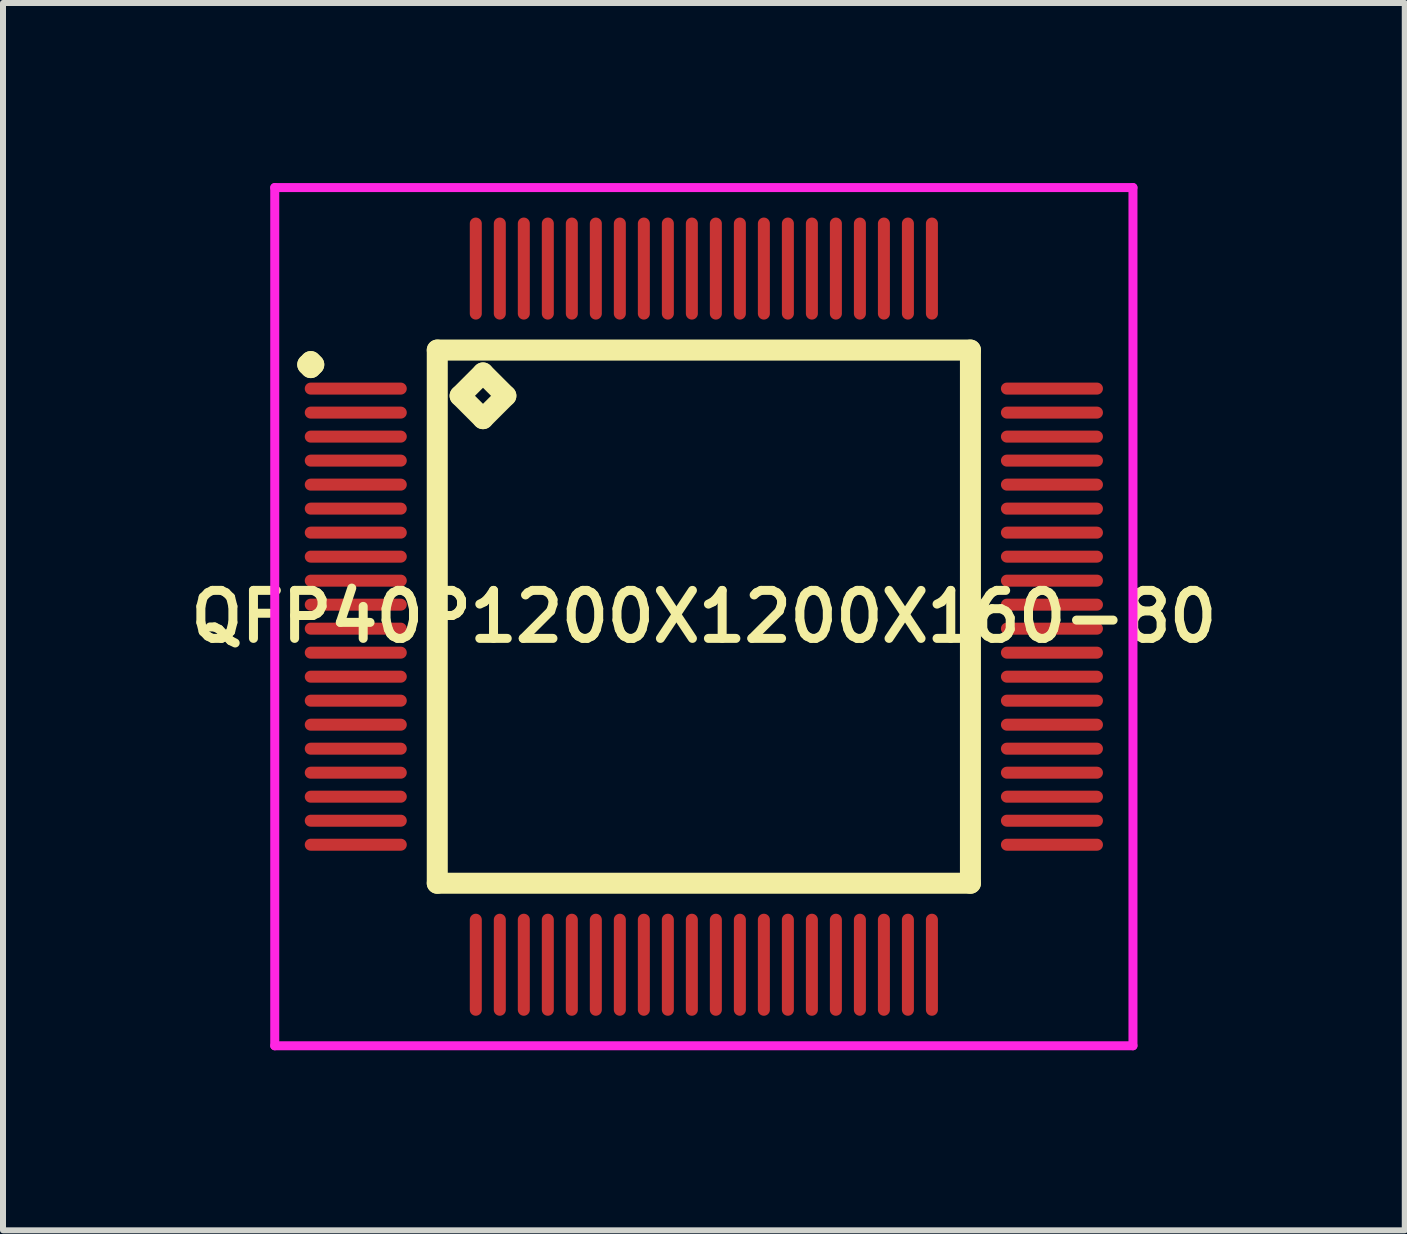
<source format=kicad_pcb>
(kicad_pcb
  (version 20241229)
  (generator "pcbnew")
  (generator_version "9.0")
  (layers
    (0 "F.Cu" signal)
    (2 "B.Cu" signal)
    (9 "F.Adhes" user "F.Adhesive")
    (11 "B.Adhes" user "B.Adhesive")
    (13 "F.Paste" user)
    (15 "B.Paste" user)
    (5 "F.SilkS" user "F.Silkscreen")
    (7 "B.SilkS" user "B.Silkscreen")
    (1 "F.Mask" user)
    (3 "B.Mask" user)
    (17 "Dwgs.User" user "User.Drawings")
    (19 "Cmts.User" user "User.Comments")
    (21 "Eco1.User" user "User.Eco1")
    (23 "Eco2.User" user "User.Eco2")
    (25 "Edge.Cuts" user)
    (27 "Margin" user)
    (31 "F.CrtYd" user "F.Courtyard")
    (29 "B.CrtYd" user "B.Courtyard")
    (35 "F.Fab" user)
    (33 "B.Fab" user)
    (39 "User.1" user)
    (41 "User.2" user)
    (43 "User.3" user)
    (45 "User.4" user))
  (footprint "QFP40P1200X1200X160-80"
    (layer "F.Cu")
    (at 8.678 7.225)
    (property "Reference" "QFP40P1200X1200X160-80" (at 0 0 0) (layer "F.SilkS") (effects (font (size 0.8 0.8) (thickness 0.15))))
    (attr through_hole)
    (fp_line (start -6.6 -4.2) (end -6.55 -4.25) (stroke (width 0.35) (type solid)) (layer "F.SilkS"))
    (fp_line (start -6.55 -4.25) (end -6.5 -4.2) (stroke (width 0.35) (type solid)) (layer "F.SilkS"))
    (fp_line (start -6.55 -4.15) (end -6.6 -4.2) (stroke (width 0.35) (type solid)) (layer "F.SilkS"))
    (fp_line (start -6.5 -4.2) (end -6.55 -4.15) (stroke (width 0.35) (type solid)) (layer "F.SilkS"))
    (fp_line (start -4.442 -4.442) (end -4.442 4.442) (stroke (width 0.35) (type solid)) (layer "F.SilkS"))
    (fp_line (start -4.442 4.442) (end 4.442 4.442) (stroke (width 0.35) (type solid)) (layer "F.SilkS"))
    (fp_line (start -4.061 -3.68) (end -3.68 -4.061) (stroke (width 0.35) (type solid)) (layer "F.SilkS"))
    (fp_line (start -3.68 -4.061) (end -3.299 -3.68) (stroke (width 0.35) (type solid)) (layer "F.SilkS"))
    (fp_line (start -3.68 -3.299) (end -4.061 -3.68) (stroke (width 0.35) (type solid)) (layer "F.SilkS"))
    (fp_line (start -3.299 -3.68) (end -3.68 -3.299) (stroke (width 0.35) (type solid)) (layer "F.SilkS"))
    (fp_line (start 4.442 -4.442) (end -4.442 -4.442) (stroke (width 0.35) (type solid)) (layer "F.SilkS"))
    (fp_line (start 4.442 4.442) (end 4.442 -4.442) (stroke (width 0.35) (type solid)) (layer "F.SilkS"))
    (fp_line (start -7.15 -7.15) (end 7.15 -7.15) (stroke (width 0.15) (type solid)) (layer "F.CrtYd"))
    (fp_line (start -7.15 7.15) (end -7.15 -7.15) (stroke (width 0.15) (type solid)) (layer "F.CrtYd"))
    (fp_line (start 7.15 -7.15) (end 7.15 7.15) (stroke (width 0.15) (type solid)) (layer "F.CrtYd"))
    (fp_line (start 7.15 7.15) (end -7.15 7.15) (stroke (width 0.15) (type solid)) (layer "F.CrtYd"))
    (pad "1" smd oval (at -5.8 -3.8) (size 1.7 0.2) (layers "F.Cu" "F.Mask" "F.Paste"))
    (pad "2" smd oval (at -5.8 -3.4) (size 1.7 0.2) (layers "F.Cu" "F.Mask" "F.Paste"))
    (pad "3" smd oval (at -5.8 -3) (size 1.7 0.2) (layers "F.Cu" "F.Mask" "F.Paste"))
    (pad "4" smd oval (at -5.8 -2.6) (size 1.7 0.2) (layers "F.Cu" "F.Mask" "F.Paste"))
    (pad "5" smd oval (at -5.8 -2.2) (size 1.7 0.2) (layers "F.Cu" "F.Mask" "F.Paste"))
    (pad "6" smd oval (at -5.8 -1.8) (size 1.7 0.2) (layers "F.Cu" "F.Mask" "F.Paste"))
    (pad "7" smd oval (at -5.8 -1.4) (size 1.7 0.2) (layers "F.Cu" "F.Mask" "F.Paste"))
    (pad "8" smd oval (at -5.8 -1) (size 1.7 0.2) (layers "F.Cu" "F.Mask" "F.Paste"))
    (pad "9" smd oval (at -5.8 -0.6) (size 1.7 0.2) (layers "F.Cu" "F.Mask" "F.Paste"))
    (pad "10" smd oval (at -5.8 -0.2) (size 1.7 0.2) (layers "F.Cu" "F.Mask" "F.Paste"))
    (pad "11" smd oval (at -5.8 0.2) (size 1.7 0.2) (layers "F.Cu" "F.Mask" "F.Paste"))
    (pad "12" smd oval (at -5.8 0.6) (size 1.7 0.2) (layers "F.Cu" "F.Mask" "F.Paste"))
    (pad "13" smd oval (at -5.8 1) (size 1.7 0.2) (layers "F.Cu" "F.Mask" "F.Paste"))
    (pad "14" smd oval (at -5.8 1.4) (size 1.7 0.2) (layers "F.Cu" "F.Mask" "F.Paste"))
    (pad "15" smd oval (at -5.8 1.8) (size 1.7 0.2) (layers "F.Cu" "F.Mask" "F.Paste"))
    (pad "16" smd oval (at -5.8 2.2) (size 1.7 0.2) (layers "F.Cu" "F.Mask" "F.Paste"))
    (pad "17" smd oval (at -5.8 2.6) (size 1.7 0.2) (layers "F.Cu" "F.Mask" "F.Paste"))
    (pad "18" smd oval (at -5.8 3) (size 1.7 0.2) (layers "F.Cu" "F.Mask" "F.Paste"))
    (pad "19" smd oval (at -5.8 3.4) (size 1.7 0.2) (layers "F.Cu" "F.Mask" "F.Paste"))
    (pad "20" smd oval (at -5.8 3.8) (size 1.7 0.2) (layers "F.Cu" "F.Mask" "F.Paste"))
    (pad "21" smd oval (at -3.8 5.8) (size 0.2 1.7) (layers "F.Cu" "F.Mask" "F.Paste"))
    (pad "22" smd oval (at -3.4 5.8) (size 0.2 1.7) (layers "F.Cu" "F.Mask" "F.Paste"))
    (pad "23" smd oval (at -3 5.8) (size 0.2 1.7) (layers "F.Cu" "F.Mask" "F.Paste"))
    (pad "24" smd oval (at -2.6 5.8) (size 0.2 1.7) (layers "F.Cu" "F.Mask" "F.Paste"))
    (pad "25" smd oval (at -2.2 5.8) (size 0.2 1.7) (layers "F.Cu" "F.Mask" "F.Paste"))
    (pad "26" smd oval (at -1.8 5.8) (size 0.2 1.7) (layers "F.Cu" "F.Mask" "F.Paste"))
    (pad "27" smd oval (at -1.4 5.8) (size 0.2 1.7) (layers "F.Cu" "F.Mask" "F.Paste"))
    (pad "28" smd oval (at -1 5.8) (size 0.2 1.7) (layers "F.Cu" "F.Mask" "F.Paste"))
    (pad "29" smd oval (at -0.6 5.8) (size 0.2 1.7) (layers "F.Cu" "F.Mask" "F.Paste"))
    (pad "30" smd oval (at -0.2 5.8) (size 0.2 1.7) (layers "F.Cu" "F.Mask" "F.Paste"))
    (pad "31" smd oval (at 0.2 5.8) (size 0.2 1.7) (layers "F.Cu" "F.Mask" "F.Paste"))
    (pad "32" smd oval (at 0.6 5.8) (size 0.2 1.7) (layers "F.Cu" "F.Mask" "F.Paste"))
    (pad "33" smd oval (at 1 5.8) (size 0.2 1.7) (layers "F.Cu" "F.Mask" "F.Paste"))
    (pad "34" smd oval (at 1.4 5.8) (size 0.2 1.7) (layers "F.Cu" "F.Mask" "F.Paste"))
    (pad "35" smd oval (at 1.8 5.8) (size 0.2 1.7) (layers "F.Cu" "F.Mask" "F.Paste"))
    (pad "36" smd oval (at 2.2 5.8) (size 0.2 1.7) (layers "F.Cu" "F.Mask" "F.Paste"))
    (pad "37" smd oval (at 2.6 5.8) (size 0.2 1.7) (layers "F.Cu" "F.Mask" "F.Paste"))
    (pad "38" smd oval (at 3 5.8) (size 0.2 1.7) (layers "F.Cu" "F.Mask" "F.Paste"))
    (pad "39" smd oval (at 3.4 5.8) (size 0.2 1.7) (layers "F.Cu" "F.Mask" "F.Paste"))
    (pad "40" smd oval (at 3.8 5.8) (size 0.2 1.7) (layers "F.Cu" "F.Mask" "F.Paste"))
    (pad "41" smd oval (at 5.8 3.8) (size 1.7 0.2) (layers "F.Cu" "F.Mask" "F.Paste"))
    (pad "42" smd oval (at 5.8 3.4) (size 1.7 0.2) (layers "F.Cu" "F.Mask" "F.Paste"))
    (pad "43" smd oval (at 5.8 3) (size 1.7 0.2) (layers "F.Cu" "F.Mask" "F.Paste"))
    (pad "44" smd oval (at 5.8 2.6) (size 1.7 0.2) (layers "F.Cu" "F.Mask" "F.Paste"))
    (pad "45" smd oval (at 5.8 2.2) (size 1.7 0.2) (layers "F.Cu" "F.Mask" "F.Paste"))
    (pad "46" smd oval (at 5.8 1.8) (size 1.7 0.2) (layers "F.Cu" "F.Mask" "F.Paste"))
    (pad "47" smd oval (at 5.8 1.4) (size 1.7 0.2) (layers "F.Cu" "F.Mask" "F.Paste"))
    (pad "48" smd oval (at 5.8 1) (size 1.7 0.2) (layers "F.Cu" "F.Mask" "F.Paste"))
    (pad "49" smd oval (at 5.8 0.6) (size 1.7 0.2) (layers "F.Cu" "F.Mask" "F.Paste"))
    (pad "50" smd oval (at 5.8 0.2) (size 1.7 0.2) (layers "F.Cu" "F.Mask" "F.Paste"))
    (pad "51" smd oval (at 5.8 -0.2) (size 1.7 0.2) (layers "F.Cu" "F.Mask" "F.Paste"))
    (pad "52" smd oval (at 5.8 -0.6) (size 1.7 0.2) (layers "F.Cu" "F.Mask" "F.Paste"))
    (pad "53" smd oval (at 5.8 -1) (size 1.7 0.2) (layers "F.Cu" "F.Mask" "F.Paste"))
    (pad "54" smd oval (at 5.8 -1.4) (size 1.7 0.2) (layers "F.Cu" "F.Mask" "F.Paste"))
    (pad "55" smd oval (at 5.8 -1.8) (size 1.7 0.2) (layers "F.Cu" "F.Mask" "F.Paste"))
    (pad "56" smd oval (at 5.8 -2.2) (size 1.7 0.2) (layers "F.Cu" "F.Mask" "F.Paste"))
    (pad "57" smd oval (at 5.8 -2.6) (size 1.7 0.2) (layers "F.Cu" "F.Mask" "F.Paste"))
    (pad "58" smd oval (at 5.8 -3) (size 1.7 0.2) (layers "F.Cu" "F.Mask" "F.Paste"))
    (pad "59" smd oval (at 5.8 -3.4) (size 1.7 0.2) (layers "F.Cu" "F.Mask" "F.Paste"))
    (pad "60" smd oval (at 5.8 -3.8) (size 1.7 0.2) (layers "F.Cu" "F.Mask" "F.Paste"))
    (pad "61" smd oval (at 3.8 -5.8) (size 0.2 1.7) (layers "F.Cu" "F.Mask" "F.Paste"))
    (pad "62" smd oval (at 3.4 -5.8) (size 0.2 1.7) (layers "F.Cu" "F.Mask" "F.Paste"))
    (pad "63" smd oval (at 3 -5.8) (size 0.2 1.7) (layers "F.Cu" "F.Mask" "F.Paste"))
    (pad "64" smd oval (at 2.6 -5.8) (size 0.2 1.7) (layers "F.Cu" "F.Mask" "F.Paste"))
    (pad "65" smd oval (at 2.2 -5.8) (size 0.2 1.7) (layers "F.Cu" "F.Mask" "F.Paste"))
    (pad "66" smd oval (at 1.8 -5.8) (size 0.2 1.7) (layers "F.Cu" "F.Mask" "F.Paste"))
    (pad "67" smd oval (at 1.4 -5.8) (size 0.2 1.7) (layers "F.Cu" "F.Mask" "F.Paste"))
    (pad "68" smd oval (at 1 -5.8) (size 0.2 1.7) (layers "F.Cu" "F.Mask" "F.Paste"))
    (pad "69" smd oval (at 0.6 -5.8) (size 0.2 1.7) (layers "F.Cu" "F.Mask" "F.Paste"))
    (pad "70" smd oval (at 0.2 -5.8) (size 0.2 1.7) (layers "F.Cu" "F.Mask" "F.Paste"))
    (pad "71" smd oval (at -0.2 -5.8) (size 0.2 1.7) (layers "F.Cu" "F.Mask" "F.Paste"))
    (pad "72" smd oval (at -0.6 -5.8) (size 0.2 1.7) (layers "F.Cu" "F.Mask" "F.Paste"))
    (pad "73" smd oval (at -1 -5.8) (size 0.2 1.7) (layers "F.Cu" "F.Mask" "F.Paste"))
    (pad "74" smd oval (at -1.4 -5.8) (size 0.2 1.7) (layers "F.Cu" "F.Mask" "F.Paste"))
    (pad "75" smd oval (at -1.8 -5.8) (size 0.2 1.7) (layers "F.Cu" "F.Mask" "F.Paste"))
    (pad "76" smd oval (at -2.2 -5.8) (size 0.2 1.7) (layers "F.Cu" "F.Mask" "F.Paste"))
    (pad "77" smd oval (at -2.6 -5.8) (size 0.2 1.7) (layers "F.Cu" "F.Mask" "F.Paste"))
    (pad "78" smd oval (at -3 -5.8) (size 0.2 1.7) (layers "F.Cu" "F.Mask" "F.Paste"))
    (pad "79" smd oval (at -3.4 -5.8) (size 0.2 1.7) (layers "F.Cu" "F.Mask" "F.Paste"))
    (pad "80" smd oval (at -3.8 -5.8) (size 0.2 1.7) (layers "F.Cu" "F.Mask" "F.Paste")))
  (gr_rect
    (start -3 -3)
    (end 20.357 17.45)
    (stroke (width 0.1) (type default))
    (fill no)
    (layer "Edge.Cuts")))
</source>
